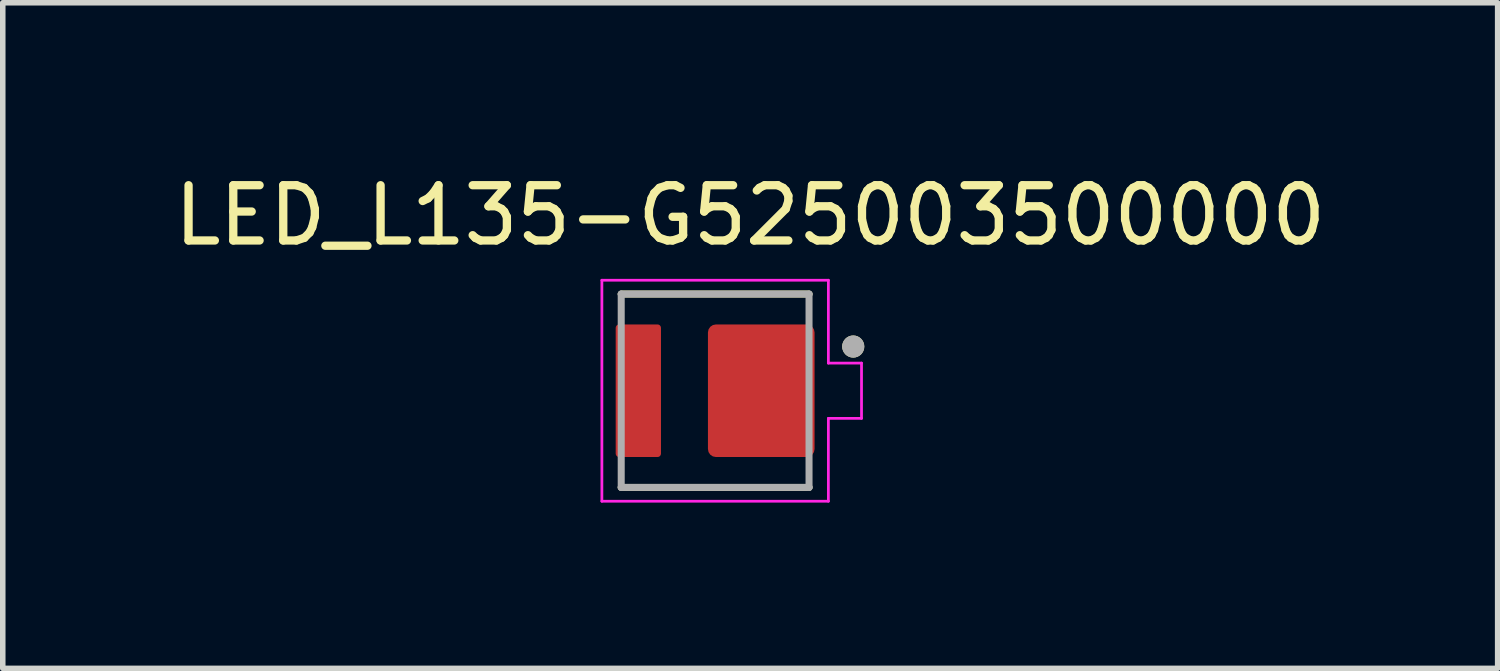
<source format=kicad_pcb>
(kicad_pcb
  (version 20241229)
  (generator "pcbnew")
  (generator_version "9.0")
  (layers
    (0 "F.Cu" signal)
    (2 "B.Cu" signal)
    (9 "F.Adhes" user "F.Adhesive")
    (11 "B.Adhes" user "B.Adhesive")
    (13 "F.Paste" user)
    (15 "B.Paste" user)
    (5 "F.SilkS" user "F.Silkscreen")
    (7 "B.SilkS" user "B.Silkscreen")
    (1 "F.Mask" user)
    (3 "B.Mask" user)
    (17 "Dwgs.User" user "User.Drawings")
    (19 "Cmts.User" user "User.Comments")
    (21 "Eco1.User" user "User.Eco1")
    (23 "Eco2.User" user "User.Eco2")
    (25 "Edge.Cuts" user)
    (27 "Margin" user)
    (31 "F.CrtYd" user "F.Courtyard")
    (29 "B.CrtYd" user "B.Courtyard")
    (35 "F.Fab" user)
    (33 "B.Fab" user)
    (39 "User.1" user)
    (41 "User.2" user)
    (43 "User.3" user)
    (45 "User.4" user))
  (footprint "LED_L135-G525003500000"
    (layer "F.Cu")
    (at 9.895 4.023)
    (property "Reference" "LED_L135-G525003500000" (at 0.635 -3.175 0) (layer "F.SilkS") (effects (font (size 1 1) (thickness 0.15))))
    (attr smd)
    (fp_poly (pts (xy 1.9 0.25) (xy 2.4 0.25) (xy 2.4 -0.25) (xy 1.9 -0.25)) (stroke (width 0.01) (type solid)) (fill yes) (layer "F.Mask"))
    (fp_poly (pts (xy -1.9 1.15) (xy -1.9 -1.15) (xy -1.9 -1.158) (xy -1.899 -1.166) (xy -1.898 -1.173) (xy -1.897 -1.181) (xy -1.895 -1.189) (xy -1.893 -1.196) (xy -1.89 -1.204) (xy -1.887 -1.211) (xy -1.884 -1.218) (xy -1.88 -1.225) (xy -1.876 -1.232) (xy -1.871 -1.238) (xy -1.867 -1.244) (xy -1.861 -1.25) (xy -1.856 -1.256) (xy -1.85 -1.261) (xy -1.844 -1.267) (xy -1.838 -1.271) (xy -1.832 -1.276) (xy -1.825 -1.28) (xy -1.818 -1.284) (xy -1.811 -1.287) (xy -1.804 -1.29) (xy -1.796 -1.293) (xy -1.789 -1.295) (xy -1.781 -1.297) (xy -1.773 -1.298) (xy -1.766 -1.299) (xy -1.758 -1.3) (xy -1.75 -1.3) (xy -1.03 -1.3) (xy -1.022 -1.3) (xy -1.014 -1.299) (xy -1.007 -1.298) (xy -0.999 -1.297) (xy -0.991 -1.295) (xy -0.984 -1.293) (xy -0.976 -1.29) (xy -0.969 -1.287) (xy -0.962 -1.284) (xy -0.955 -1.28) (xy -0.948 -1.276) (xy -0.942 -1.271) (xy -0.936 -1.267) (xy -0.93 -1.261) (xy -0.924 -1.256) (xy -0.919 -1.25) (xy -0.913 -1.244) (xy -0.909 -1.238) (xy -0.904 -1.232) (xy -0.9 -1.225) (xy -0.896 -1.218) (xy -0.893 -1.211) (xy -0.89 -1.204) (xy -0.887 -1.196) (xy -0.885 -1.189) (xy -0.883 -1.181) (xy -0.882 -1.173) (xy -0.881 -1.166) (xy -0.88 -1.158) (xy -0.88 -1.15) (xy -0.88 1.15) (xy -0.88 1.158) (xy -0.881 1.166) (xy -0.882 1.173) (xy -0.883 1.181) (xy -0.885 1.189) (xy -0.887 1.196) (xy -0.89 1.204) (xy -0.893 1.211) (xy -0.896 1.218) (xy -0.9 1.225) (xy -0.904 1.232) (xy -0.909 1.238) (xy -0.913 1.244) (xy -0.919 1.25) (xy -0.924 1.256) (xy -0.93 1.261) (xy -0.936 1.267) (xy -0.942 1.271) (xy -0.948 1.276) (xy -0.955 1.28) (xy -0.962 1.284) (xy -0.969 1.287) (xy -0.976 1.29) (xy -0.984 1.293) (xy -0.991 1.295) (xy -0.999 1.297) (xy -1.007 1.298) (xy -1.014 1.299) (xy -1.022 1.3) (xy -1.03 1.3) (xy -1.75 1.3) (xy -1.758 1.3) (xy -1.766 1.299) (xy -1.773 1.298) (xy -1.781 1.297) (xy -1.789 1.295) (xy -1.796 1.293) (xy -1.804 1.29) (xy -1.811 1.287) (xy -1.818 1.284) (xy -1.825 1.28) (xy -1.832 1.276) (xy -1.838 1.271) (xy -1.844 1.267) (xy -1.85 1.261) (xy -1.856 1.256) (xy -1.861 1.25) (xy -1.867 1.244) (xy -1.871 1.238) (xy -1.876 1.232) (xy -1.88 1.225) (xy -1.884 1.218) (xy -1.887 1.211) (xy -1.89 1.204) (xy -1.893 1.196) (xy -1.895 1.189) (xy -1.897 1.181) (xy -1.898 1.173) (xy -1.899 1.166) (xy -1.9 1.158) (xy -1.9 1.15)) (stroke (width 0.01) (type solid)) (fill yes) (layer "F.Mask"))
    (fp_poly (pts (xy -0.23 1.085) (xy -0.23 -1.085) (xy -0.23 -1.096) (xy -0.229 -1.107) (xy -0.227 -1.119) (xy -0.225 -1.13) (xy -0.223 -1.141) (xy -0.219 -1.151) (xy -0.216 -1.162) (xy -0.211 -1.172) (xy -0.207 -1.183) (xy -0.201 -1.192) (xy -0.195 -1.202) (xy -0.189 -1.211) (xy -0.182 -1.22) (xy -0.175 -1.229) (xy -0.167 -1.237) (xy -0.159 -1.245) (xy -0.15 -1.252) (xy -0.141 -1.259) (xy -0.132 -1.265) (xy -0.122 -1.271) (xy -0.113 -1.277) (xy -0.102 -1.281) (xy -0.092 -1.286) (xy -0.081 -1.289) (xy -0.071 -1.293) (xy -0.06 -1.295) (xy -0.049 -1.297) (xy -0.037 -1.299) (xy -0.026 -1.3) (xy -0.015 -1.3) (xy 1.685 -1.3) (xy 1.696 -1.3) (xy 1.707 -1.299) (xy 1.719 -1.297) (xy 1.73 -1.295) (xy 1.741 -1.293) (xy 1.751 -1.289) (xy 1.762 -1.286) (xy 1.772 -1.281) (xy 1.783 -1.277) (xy 1.792 -1.271) (xy 1.802 -1.265) (xy 1.811 -1.259) (xy 1.82 -1.252) (xy 1.829 -1.245) (xy 1.837 -1.237) (xy 1.845 -1.229) (xy 1.852 -1.22) (xy 1.859 -1.211) (xy 1.865 -1.202) (xy 1.871 -1.192) (xy 1.877 -1.183) (xy 1.881 -1.172) (xy 1.886 -1.162) (xy 1.889 -1.151) (xy 1.893 -1.141) (xy 1.895 -1.13) (xy 1.897 -1.119) (xy 1.899 -1.107) (xy 1.9 -1.096) (xy 1.9 -1.085) (xy 1.9 1.085) (xy 1.9 1.096) (xy 1.899 1.107) (xy 1.897 1.119) (xy 1.895 1.13) (xy 1.893 1.141) (xy 1.889 1.151) (xy 1.886 1.162) (xy 1.881 1.172) (xy 1.877 1.183) (xy 1.871 1.192) (xy 1.865 1.202) (xy 1.859 1.211) (xy 1.852 1.22) (xy 1.845 1.229) (xy 1.837 1.237) (xy 1.829 1.245) (xy 1.82 1.252) (xy 1.811 1.259) (xy 1.802 1.265) (xy 1.792 1.271) (xy 1.783 1.277) (xy 1.772 1.281) (xy 1.762 1.286) (xy 1.751 1.289) (xy 1.741 1.293) (xy 1.73 1.295) (xy 1.719 1.297) (xy 1.707 1.299) (xy 1.696 1.3) (xy 1.685 1.3) (xy -0.015 1.3) (xy -0.026 1.3) (xy -0.037 1.299) (xy -0.049 1.297) (xy -0.06 1.295) (xy -0.071 1.293) (xy -0.081 1.289) (xy -0.092 1.286) (xy -0.102 1.281) (xy -0.113 1.277) (xy -0.123 1.271) (xy -0.132 1.265) (xy -0.141 1.259) (xy -0.15 1.252) (xy -0.159 1.245) (xy -0.167 1.237) (xy -0.175 1.229) (xy -0.182 1.22) (xy -0.189 1.211) (xy -0.195 1.202) (xy -0.201 1.193) (xy -0.207 1.183) (xy -0.211 1.172) (xy -0.216 1.162) (xy -0.219 1.151) (xy -0.223 1.141) (xy -0.225 1.13) (xy -0.227 1.119) (xy -0.229 1.107) (xy -0.23 1.096) (xy -0.23 1.085)) (stroke (width 0.01) (type solid)) (fill yes) (layer "F.Mask"))
    (fp_line (start -1.7 -1.75) (end 1.7 -1.75) (stroke (width 0.127) (type solid)) (layer "F.SilkS"))
    (fp_line (start 1.7 1.75) (end -1.7 1.75) (stroke (width 0.127) (type solid)) (layer "F.SilkS"))
    (fp_circle (center 2.5 -0.8) (end 2.6 -0.8) (stroke (width 0.2) (type solid)) (fill no) (layer "F.SilkS"))
    (fp_line (start -2.05 -2) (end 2.05 -2) (stroke (width 0.05) (type solid)) (layer "F.CrtYd"))
    (fp_line (start -2.05 2) (end -2.05 -2) (stroke (width 0.05) (type solid)) (layer "F.CrtYd"))
    (fp_line (start 2.05 -2) (end 2.05 -0.5) (stroke (width 0.05) (type solid)) (layer "F.CrtYd"))
    (fp_line (start 2.05 -0.5) (end 2.65 -0.5) (stroke (width 0.05) (type solid)) (layer "F.CrtYd"))
    (fp_line (start 2.05 0.5) (end 2.05 2) (stroke (width 0.05) (type solid)) (layer "F.CrtYd"))
    (fp_line (start 2.05 2) (end -2.05 2) (stroke (width 0.05) (type solid)) (layer "F.CrtYd"))
    (fp_line (start 2.65 -0.5) (end 2.65 0.5) (stroke (width 0.05) (type solid)) (layer "F.CrtYd"))
    (fp_line (start 2.65 0.5) (end 2.05 0.5) (stroke (width 0.05) (type solid)) (layer "F.CrtYd"))
    (fp_line (start -1.7 -1.75) (end 1.7 -1.75) (stroke (width 0.127) (type solid)) (layer "F.Fab"))
    (fp_line (start -1.7 1.75) (end -1.7 -1.75) (stroke (width 0.127) (type solid)) (layer "F.Fab"))
    (fp_line (start 1.7 -1.75) (end 1.7 1.75) (stroke (width 0.127) (type solid)) (layer "F.Fab"))
    (fp_line (start 1.7 1.75) (end -1.7 1.75) (stroke (width 0.127) (type solid)) (layer "F.Fab"))
    (fp_circle (center 2.5 -0.8) (end 2.6 -0.8) (stroke (width 0.2) (type solid)) (fill no) (layer "F.Fab"))
    (pad "A" smd roundrect (at -1.39 0) (size 0.82 2.4) (layers "F.Cu" "F.Paste") (roundrect_rratio 0.075))
    (pad "C" smd roundrect (at 0.835 0) (size 1.93 2.4) (layers "F.Cu" "F.Paste") (roundrect_rratio 0.075)))
  (gr_rect
    (start -3 -3)
    (end 24.06 9.048)
    (stroke (width 0.1) (type default))
    (fill no)
    (layer "Edge.Cuts")))
</source>
